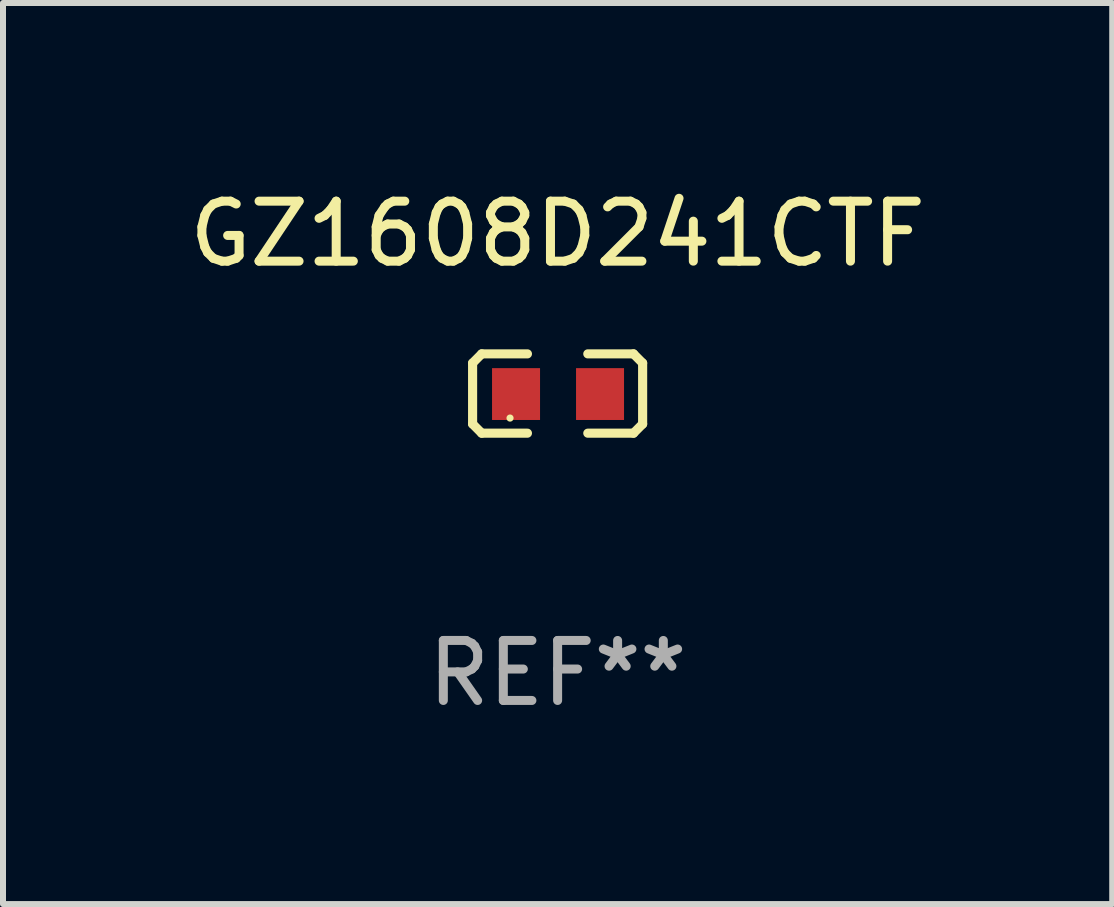
<source format=kicad_pcb>
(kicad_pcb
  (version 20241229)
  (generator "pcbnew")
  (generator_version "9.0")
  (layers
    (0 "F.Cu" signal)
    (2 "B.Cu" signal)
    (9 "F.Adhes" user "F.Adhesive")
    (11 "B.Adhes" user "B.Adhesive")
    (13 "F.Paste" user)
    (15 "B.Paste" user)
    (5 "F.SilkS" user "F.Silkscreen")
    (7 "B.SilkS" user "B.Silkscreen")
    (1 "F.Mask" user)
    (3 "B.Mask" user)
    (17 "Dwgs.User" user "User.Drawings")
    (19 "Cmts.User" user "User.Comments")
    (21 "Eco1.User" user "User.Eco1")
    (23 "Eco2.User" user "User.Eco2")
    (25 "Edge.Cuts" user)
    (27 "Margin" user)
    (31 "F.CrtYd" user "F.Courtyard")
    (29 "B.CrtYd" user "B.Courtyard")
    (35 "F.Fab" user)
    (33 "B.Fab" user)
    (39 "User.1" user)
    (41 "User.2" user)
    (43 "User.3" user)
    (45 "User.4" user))
  (footprint "GZ1608D241CTF"
    (layer "F.Cu")
    (at 6.244 3.509)
    (property "Reference" "GZ1608D241CTF" (at 0 -2.661 0) (layer "F.SilkS") (effects (font (size 1 1) (thickness 0.15))))
    (attr through_hole)
    (fp_line (start -1.417 -0.508) (end -1.265 -0.661) (stroke (width 0.152) (type solid)) (layer "F.SilkS"))
    (fp_line (start -1.417 0.508) (end -1.417 -0.508) (stroke (width 0.152) (type solid)) (layer "F.SilkS"))
    (fp_line (start -1.265 -0.661) (end -0.503 -0.661) (stroke (width 0.152) (type solid)) (layer "F.SilkS"))
    (fp_line (start -1.265 0.661) (end -1.417 0.508) (stroke (width 0.152) (type solid)) (layer "F.SilkS"))
    (fp_line (start -1.265 0.661) (end -0.503 0.661) (stroke (width 0.152) (type solid)) (layer "F.SilkS"))
    (fp_line (start 1.265 -0.661) (end 0.503 -0.661) (stroke (width 0.152) (type solid)) (layer "F.SilkS"))
    (fp_line (start 1.265 -0.661) (end 1.417 -0.508) (stroke (width 0.152) (type solid)) (layer "F.SilkS"))
    (fp_line (start 1.265 0.661) (end 0.503 0.661) (stroke (width 0.152) (type solid)) (layer "F.SilkS"))
    (fp_line (start 1.417 -0.508) (end 1.417 0.508) (stroke (width 0.152) (type solid)) (layer "F.SilkS"))
    (fp_line (start 1.417 0.508) (end 1.265 0.661) (stroke (width 0.152) (type solid)) (layer "F.SilkS"))
    (fp_circle (center -0.793 0.409) (end -0.763 0.409) (stroke (width 0.06) (type solid)) (fill no) (layer "F.SilkS"))
    (fp_text user "REF**" (at 0 4.661 0) (layer "F.Fab") (effects (font (size 1 1) (thickness 0.15))))
    (pad "1" smd rect (at -0.693 0.009 180) (size 0.8 0.864) (layers "F.Cu" "F.Mask" "F.Paste"))
    (pad "2" smd rect (at 0.707 0.009 180) (size 0.8 0.864) (layers "F.Cu" "F.Mask" "F.Paste")))
  (gr_rect
    (start -3 -3)
    (end 15.488 12.018)
    (stroke (width 0.1) (type default))
    (fill no)
    (layer "Edge.Cuts")))
</source>
